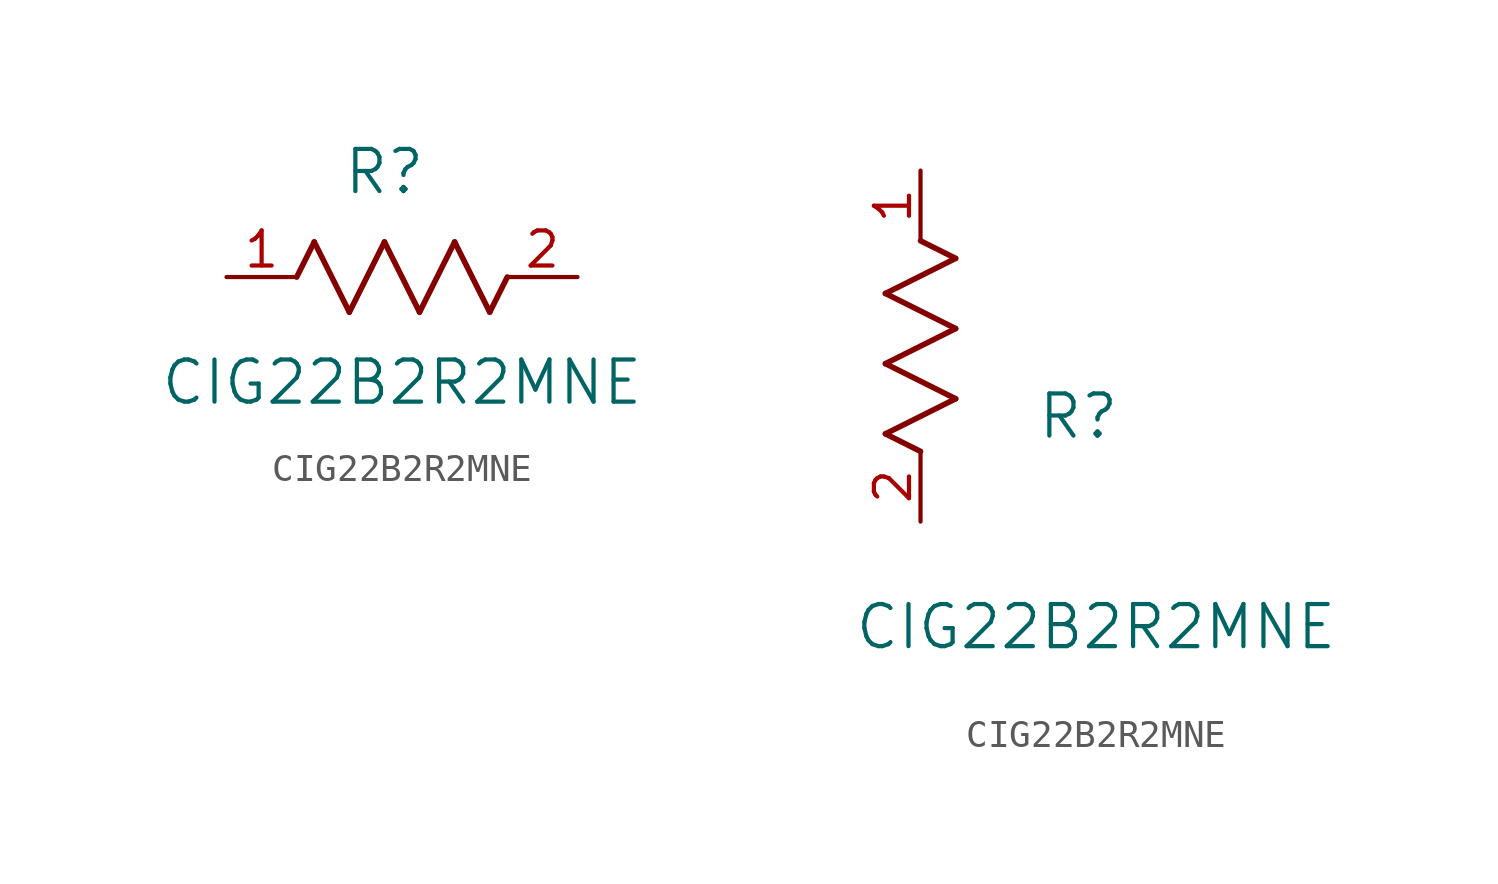
<source format=kicad_sym>
(kicad_symbol_lib
  (version 20211014)
  (generator kicad_symbol_editor)
  (symbol "CIG22B2R2MNE"
    (pin_names
      (offset 0.254))
    (property "Reference" "R"
      (at 5.715 3.81 0)
      (effects (font (size 1.524 1.524))))
    (property "Value" "CIG22B2R2MNE"
      (at 6.35 -3.81 0)
      (effects (font (size 1.524 1.524))))
    (symbol "CIG22B2R2MNE_1_1"
      (polyline (pts (xy 3.175 1.27) (xy 4.445 -1.27)) (stroke (width 0.203) (type default) (color 0 0 0 0)) (fill (type none)))
      (polyline (pts (xy 4.445 -1.27) (xy 5.715 1.27)) (stroke (width 0.203) (type default) (color 0 0 0 0)) (fill (type none)))
      (polyline (pts (xy 5.715 1.27) (xy 6.985 -1.27)) (stroke (width 0.203) (type default) (color 0 0 0 0)) (fill (type none)))
      (polyline (pts (xy 6.985 -1.27) (xy 8.255 1.27)) (stroke (width 0.203) (type default) (color 0 0 0 0)) (fill (type none)))
      (polyline (pts (xy 8.255 1.27) (xy 9.525 -1.27)) (stroke (width 0.203) (type default) (color 0 0 0 0)) (fill (type none)))
      (polyline (pts (xy 2.54 0) (xy 3.175 1.27)) (stroke (width 0.203) (type default) (color 0 0 0 0)) (fill (type none)))
      (polyline (pts (xy 9.525 -1.27) (xy 10.16 0)) (stroke (width 0.203) (type default) (color 0 0 0 0)) (fill (type none)))
      (pin unspecified line (at 0 0 0) (length 2.54) (name "" (effects (font (size 1.27 1.27)))) (number "1" (effects (font (size 1.27 1.27)))))
      (pin unspecified line (at 12.7 0 180) (length 2.54) (name "" (effects (font (size 1.27 1.27)))) (number "2" (effects (font (size 1.27 1.27))))))
    (symbol "CIG22B2R2MNE_1_2"
      (polyline (pts (xy 0 2.54) (xy -1.27 3.175)) (stroke (width 0.203) (type default) (color 0 0 0 0)) (fill (type none)))
      (polyline (pts (xy -1.27 3.175) (xy 1.27 4.445)) (stroke (width 0.203) (type default) (color 0 0 0 0)) (fill (type none)))
      (polyline (pts (xy 1.27 4.445) (xy -1.27 5.715)) (stroke (width 0.203) (type default) (color 0 0 0 0)) (fill (type none)))
      (polyline (pts (xy -1.27 5.715) (xy 1.27 6.985)) (stroke (width 0.203) (type default) (color 0 0 0 0)) (fill (type none)))
      (polyline (pts (xy -1.27 8.255) (xy 1.27 9.525)) (stroke (width 0.203) (type default) (color 0 0 0 0)) (fill (type none)))
      (polyline (pts (xy 1.27 9.525) (xy 0 10.16)) (stroke (width 0.203) (type default) (color 0 0 0 0)) (fill (type none)))
      (polyline (pts (xy 1.27 6.985) (xy -1.27 8.255)) (stroke (width 0.203) (type default) (color 0 0 0 0)) (fill (type none)))
      (pin unspecified line (at 0 12.7 270) (length 2.54) (name "" (effects (font (size 1.27 1.27)))) (number "1" (effects (font (size 1.27 1.27)))))
      (pin unspecified line (at 0 0 90) (length 2.54) (name "" (effects (font (size 1.27 1.27)))) (number "2" (effects (font (size 1.27 1.27))))))))
</source>
